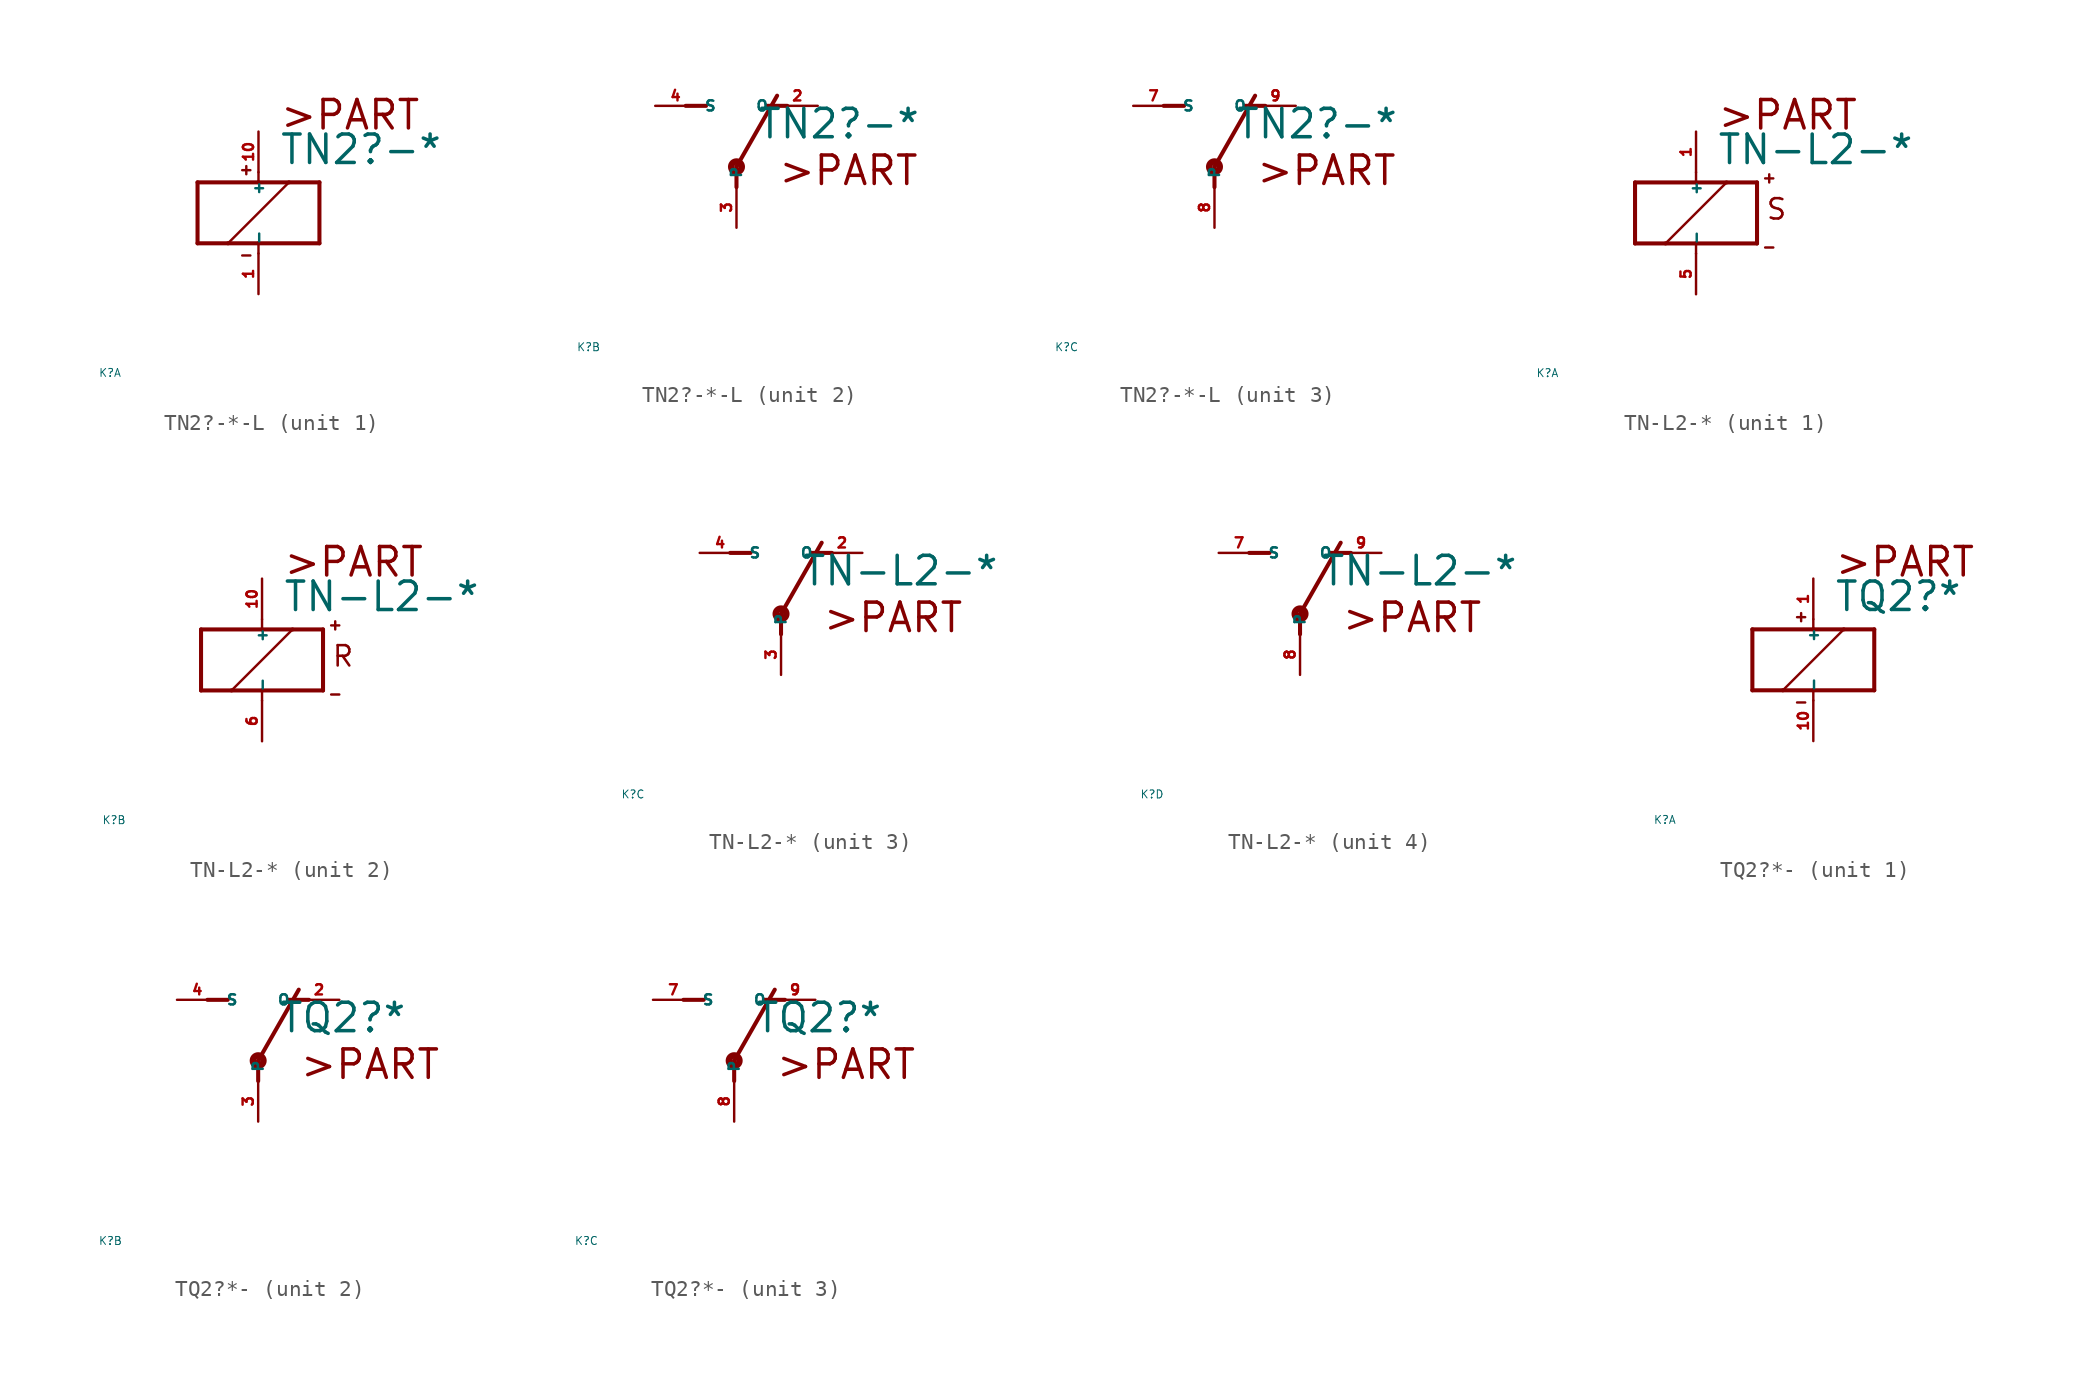
<source format=kicad_sym>
(kicad_symbol_lib
  (version 20220914)
  (generator Eagle2Kicad)
  (symbol "TN2?-*-L"
    (property "Reference" "K"
      (at -10 -10 0)
      (effects (font (size 0.5 0.5) (thickness 0.06)) (justify left)))
    (property "Value" "TN2?-*"
      (at 1.27 2.921 0)
      (effects (font (size 1.778 1.778) (thickness 0.22)) (justify left bottom)))
    (symbol "TN2?-*-L_1_0"
      (polyline (pts (xy -3.81 -1.905) (xy -1.905 -1.905)) (stroke (width 0.254) (type default)) (fill (type none)))
      (polyline (pts (xy 3.81 -1.905) (xy 3.81 1.905)) (stroke (width 0.254) (type default)) (fill (type none)))
      (polyline (pts (xy 3.81 1.905) (xy 1.905 1.905)) (stroke (width 0.254) (type default)) (fill (type none)))
      (polyline (pts (xy -3.81 1.905) (xy -3.81 -1.905)) (stroke (width 0.254) (type default)) (fill (type none)))
      (polyline (pts (xy 0 -2.54) (xy 0 -1.905)) (stroke (width 0.152) (type default)) (fill (type none)))
      (polyline (pts (xy 0 -1.905) (xy 3.81 -1.905)) (stroke (width 0.254) (type default)) (fill (type none)))
      (polyline (pts (xy 0 2.54) (xy 0 1.905)) (stroke (width 0.152) (type default)) (fill (type none)))
      (polyline (pts (xy 0 1.905) (xy -3.81 1.905)) (stroke (width 0.254) (type default)) (fill (type none)))
      (polyline (pts (xy -1.905 -1.905) (xy 1.905 1.905)) (stroke (width 0.152) (type default)) (fill (type none)))
      (polyline (pts (xy -1.905 -1.905) (xy 0 -1.905)) (stroke (width 0.254) (type default)) (fill (type none)))
      (polyline (pts (xy 1.905 1.905) (xy 0 1.905)) (stroke (width 0.254) (type default)) (fill (type none)))
      (polyline (pts (xy -1.016 2.667) (xy -0.508 2.667)) (stroke (width 0.152) (type default)) (fill (type none)))
      (polyline (pts (xy -0.762 2.921) (xy -0.762 2.413)) (stroke (width 0.152) (type default)) (fill (type none)))
      (polyline (pts (xy -1.016 -2.667) (xy -0.508 -2.667)) (stroke (width 0.152) (type default)) (fill (type none)))
      (text ">PART" (at 1.27 5.08 0) (effects (font (size 1.778 1.778) (thickness 0.22)) (justify left bottom)))
      (pin passive line (at 0 -5.08 90) (length 2.54) (name "-" (effects (font (size 0.635 0.635) (thickness 0.08)) (justify left bottom))) (number "1" (effects (font (size 0.635 0.635) (thickness 0.08)) (justify left bottom))))
      (pin passive line (at 0 5.08 270) (length 2.54) (name "+" (effects (font (size 0.635 0.635) (thickness 0.08)) (justify left bottom))) (number "10" (effects (font (size 0.635 0.635) (thickness 0.08)) (justify left bottom)))))
    (symbol "TN2?-*-L_2_0"
      (polyline (pts (xy 3.175 5.08) (xy 1.905 5.08)) (stroke (width 0.254) (type default)) (fill (type none)))
      (polyline (pts (xy -3.175 5.08) (xy -1.905 5.08)) (stroke (width 0.254) (type default)) (fill (type none)))
      (polyline (pts (xy 0 1.27) (xy 2.54 5.715)) (stroke (width 0.254) (type default)) (fill (type none)))
      (polyline (pts (xy 0 1.27) (xy 0 0)) (stroke (width 0.254) (type default)) (fill (type none)))
      (text ">PART" (at 2.54 0 0) (effects (font (size 1.778 1.778) (thickness 0.22)) (justify left bottom)))
      (circle (center 0 1.27) (radius 0.127) (stroke (width 0.406) (type default)) (fill (type none)))
      (pin passive line (at 5.08 5.08 180) (length 2.54) (name "O" (effects (font (size 0.635 0.635) (thickness 0.08)) (justify left bottom))) (number "2" (effects (font (size 0.635 0.635) (thickness 0.08)) (justify left bottom))))
      (pin passive line (at -5.08 5.08 0) (length 2.54) (name "S" (effects (font (size 0.635 0.635) (thickness 0.08)) (justify left bottom))) (number "4" (effects (font (size 0.635 0.635) (thickness 0.08)) (justify left bottom))))
      (pin passive line (at 0 -2.54 90) (length 2.54) (name "P" (effects (font (size 0.635 0.635) (thickness 0.08)) (justify left bottom))) (number "3" (effects (font (size 0.635 0.635) (thickness 0.08)) (justify left bottom)))))
    (symbol "TN2?-*-L_3_0"
      (polyline (pts (xy 3.175 5.08) (xy 1.905 5.08)) (stroke (width 0.254) (type default)) (fill (type none)))
      (polyline (pts (xy -3.175 5.08) (xy -1.905 5.08)) (stroke (width 0.254) (type default)) (fill (type none)))
      (polyline (pts (xy 0 1.27) (xy 2.54 5.715)) (stroke (width 0.254) (type default)) (fill (type none)))
      (polyline (pts (xy 0 1.27) (xy 0 0)) (stroke (width 0.254) (type default)) (fill (type none)))
      (text ">PART" (at 2.54 0 0) (effects (font (size 1.778 1.778) (thickness 0.22)) (justify left bottom)))
      (circle (center 0 1.27) (radius 0.127) (stroke (width 0.406) (type default)) (fill (type none)))
      (pin passive line (at 5.08 5.08 180) (length 2.54) (name "O" (effects (font (size 0.635 0.635) (thickness 0.08)) (justify left bottom))) (number "9" (effects (font (size 0.635 0.635) (thickness 0.08)) (justify left bottom))))
      (pin passive line (at -5.08 5.08 0) (length 2.54) (name "S" (effects (font (size 0.635 0.635) (thickness 0.08)) (justify left bottom))) (number "7" (effects (font (size 0.635 0.635) (thickness 0.08)) (justify left bottom))))
      (pin passive line (at 0 -2.54 90) (length 2.54) (name "P" (effects (font (size 0.635 0.635) (thickness 0.08)) (justify left bottom))) (number "8" (effects (font (size 0.635 0.635) (thickness 0.08)) (justify left bottom))))))
  (symbol "TN-L2-*"
    (property "Reference" "K"
      (at -10 -10 0)
      (effects (font (size 0.5 0.5) (thickness 0.06)) (justify left)))
    (property "Value" "TN-L2-*"
      (at 1.27 2.921 0)
      (effects (font (size 1.778 1.778) (thickness 0.22)) (justify left bottom)))
    (symbol "TN-L2-*_1_0"
      (polyline (pts (xy -3.81 -1.905) (xy -1.905 -1.905)) (stroke (width 0.254) (type default)) (fill (type none)))
      (polyline (pts (xy 3.81 -1.905) (xy 3.81 1.905)) (stroke (width 0.254) (type default)) (fill (type none)))
      (polyline (pts (xy 3.81 1.905) (xy 1.905 1.905)) (stroke (width 0.254) (type default)) (fill (type none)))
      (polyline (pts (xy -3.81 1.905) (xy -3.81 -1.905)) (stroke (width 0.254) (type default)) (fill (type none)))
      (polyline (pts (xy 0 -2.54) (xy 0 -1.905)) (stroke (width 0.152) (type default)) (fill (type none)))
      (polyline (pts (xy 0 -1.905) (xy 3.81 -1.905)) (stroke (width 0.254) (type default)) (fill (type none)))
      (polyline (pts (xy 0 2.54) (xy 0 1.905)) (stroke (width 0.152) (type default)) (fill (type none)))
      (polyline (pts (xy 0 1.905) (xy -3.81 1.905)) (stroke (width 0.254) (type default)) (fill (type none)))
      (polyline (pts (xy -1.905 -1.905) (xy 1.905 1.905)) (stroke (width 0.152) (type default)) (fill (type none)))
      (polyline (pts (xy -1.905 -1.905) (xy 0 -1.905)) (stroke (width 0.254) (type default)) (fill (type none)))
      (polyline (pts (xy 1.905 1.905) (xy 0 1.905)) (stroke (width 0.254) (type default)) (fill (type none)))
      (polyline (pts (xy 4.318 2.159) (xy 4.826 2.159)) (stroke (width 0.152) (type default)) (fill (type none)))
      (polyline (pts (xy 4.572 2.413) (xy 4.572 1.905)) (stroke (width 0.152) (type default)) (fill (type none)))
      (polyline (pts (xy 4.318 -2.159) (xy 4.826 -2.159)) (stroke (width 0.152) (type default)) (fill (type none)))
      (text ">PART" (at 1.27 5.08 0) (effects (font (size 1.778 1.778) (thickness 0.22)) (justify left bottom)))
      (text "S" (at 4.318 -0.508 0) (effects (font (size 1.27 1.27) (thickness 0.16)) (justify left bottom)))
      (pin passive line (at 0 -5.08 90) (length 2.54) (name "-" (effects (font (size 0.635 0.635) (thickness 0.08)) (justify left bottom))) (number "5" (effects (font (size 0.635 0.635) (thickness 0.08)) (justify left bottom))))
      (pin passive line (at 0 5.08 270) (length 2.54) (name "+" (effects (font (size 0.635 0.635) (thickness 0.08)) (justify left bottom))) (number "1" (effects (font (size 0.635 0.635) (thickness 0.08)) (justify left bottom)))))
    (symbol "TN-L2-*_2_0"
      (polyline (pts (xy -3.81 -1.905) (xy -1.905 -1.905)) (stroke (width 0.254) (type default)) (fill (type none)))
      (polyline (pts (xy 3.81 -1.905) (xy 3.81 1.905)) (stroke (width 0.254) (type default)) (fill (type none)))
      (polyline (pts (xy 3.81 1.905) (xy 1.905 1.905)) (stroke (width 0.254) (type default)) (fill (type none)))
      (polyline (pts (xy -3.81 1.905) (xy -3.81 -1.905)) (stroke (width 0.254) (type default)) (fill (type none)))
      (polyline (pts (xy 0 -2.54) (xy 0 -1.905)) (stroke (width 0.152) (type default)) (fill (type none)))
      (polyline (pts (xy 0 -1.905) (xy 3.81 -1.905)) (stroke (width 0.254) (type default)) (fill (type none)))
      (polyline (pts (xy 0 2.54) (xy 0 1.905)) (stroke (width 0.152) (type default)) (fill (type none)))
      (polyline (pts (xy 0 1.905) (xy -3.81 1.905)) (stroke (width 0.254) (type default)) (fill (type none)))
      (polyline (pts (xy -1.905 -1.905) (xy 1.905 1.905)) (stroke (width 0.152) (type default)) (fill (type none)))
      (polyline (pts (xy -1.905 -1.905) (xy 0 -1.905)) (stroke (width 0.254) (type default)) (fill (type none)))
      (polyline (pts (xy 1.905 1.905) (xy 0 1.905)) (stroke (width 0.254) (type default)) (fill (type none)))
      (polyline (pts (xy 4.318 2.159) (xy 4.826 2.159)) (stroke (width 0.152) (type default)) (fill (type none)))
      (polyline (pts (xy 4.572 2.413) (xy 4.572 1.905)) (stroke (width 0.152) (type default)) (fill (type none)))
      (polyline (pts (xy 4.318 -2.159) (xy 4.826 -2.159)) (stroke (width 0.152) (type default)) (fill (type none)))
      (text ">PART" (at 1.27 5.08 0) (effects (font (size 1.778 1.778) (thickness 0.22)) (justify left bottom)))
      (text "R" (at 4.318 -0.508 0) (effects (font (size 1.27 1.27) (thickness 0.16)) (justify left bottom)))
      (pin passive line (at 0 -5.08 90) (length 2.54) (name "-" (effects (font (size 0.635 0.635) (thickness 0.08)) (justify left bottom))) (number "6" (effects (font (size 0.635 0.635) (thickness 0.08)) (justify left bottom))))
      (pin passive line (at 0 5.08 270) (length 2.54) (name "+" (effects (font (size 0.635 0.635) (thickness 0.08)) (justify left bottom))) (number "10" (effects (font (size 0.635 0.635) (thickness 0.08)) (justify left bottom)))))
    (symbol "TN-L2-*_3_0"
      (polyline (pts (xy 3.175 5.08) (xy 1.905 5.08)) (stroke (width 0.254) (type default)) (fill (type none)))
      (polyline (pts (xy -3.175 5.08) (xy -1.905 5.08)) (stroke (width 0.254) (type default)) (fill (type none)))
      (polyline (pts (xy 0 1.27) (xy 2.54 5.715)) (stroke (width 0.254) (type default)) (fill (type none)))
      (polyline (pts (xy 0 1.27) (xy 0 0)) (stroke (width 0.254) (type default)) (fill (type none)))
      (text ">PART" (at 2.54 0 0) (effects (font (size 1.778 1.778) (thickness 0.22)) (justify left bottom)))
      (circle (center 0 1.27) (radius 0.127) (stroke (width 0.406) (type default)) (fill (type none)))
      (pin passive line (at 5.08 5.08 180) (length 2.54) (name "O" (effects (font (size 0.635 0.635) (thickness 0.08)) (justify left bottom))) (number "2" (effects (font (size 0.635 0.635) (thickness 0.08)) (justify left bottom))))
      (pin passive line (at -5.08 5.08 0) (length 2.54) (name "S" (effects (font (size 0.635 0.635) (thickness 0.08)) (justify left bottom))) (number "4" (effects (font (size 0.635 0.635) (thickness 0.08)) (justify left bottom))))
      (pin passive line (at 0 -2.54 90) (length 2.54) (name "P" (effects (font (size 0.635 0.635) (thickness 0.08)) (justify left bottom))) (number "3" (effects (font (size 0.635 0.635) (thickness 0.08)) (justify left bottom)))))
    (symbol "TN-L2-*_4_0"
      (polyline (pts (xy 3.175 5.08) (xy 1.905 5.08)) (stroke (width 0.254) (type default)) (fill (type none)))
      (polyline (pts (xy -3.175 5.08) (xy -1.905 5.08)) (stroke (width 0.254) (type default)) (fill (type none)))
      (polyline (pts (xy 0 1.27) (xy 2.54 5.715)) (stroke (width 0.254) (type default)) (fill (type none)))
      (polyline (pts (xy 0 1.27) (xy 0 0)) (stroke (width 0.254) (type default)) (fill (type none)))
      (text ">PART" (at 2.54 0 0) (effects (font (size 1.778 1.778) (thickness 0.22)) (justify left bottom)))
      (circle (center 0 1.27) (radius 0.127) (stroke (width 0.406) (type default)) (fill (type none)))
      (pin passive line (at 5.08 5.08 180) (length 2.54) (name "O" (effects (font (size 0.635 0.635) (thickness 0.08)) (justify left bottom))) (number "9" (effects (font (size 0.635 0.635) (thickness 0.08)) (justify left bottom))))
      (pin passive line (at -5.08 5.08 0) (length 2.54) (name "S" (effects (font (size 0.635 0.635) (thickness 0.08)) (justify left bottom))) (number "7" (effects (font (size 0.635 0.635) (thickness 0.08)) (justify left bottom))))
      (pin passive line (at 0 -2.54 90) (length 2.54) (name "P" (effects (font (size 0.635 0.635) (thickness 0.08)) (justify left bottom))) (number "8" (effects (font (size 0.635 0.635) (thickness 0.08)) (justify left bottom))))))
  (symbol "TQ2?*-"
    (property "Reference" "K"
      (at -10 -10 0)
      (effects (font (size 0.5 0.5) (thickness 0.06)) (justify left)))
    (property "Value" "TQ2?*"
      (at 1.27 2.921 0)
      (effects (font (size 1.778 1.778) (thickness 0.22)) (justify left bottom)))
    (symbol "TQ2?*-_1_0"
      (polyline (pts (xy -3.81 -1.905) (xy -1.905 -1.905)) (stroke (width 0.254) (type default)) (fill (type none)))
      (polyline (pts (xy 3.81 -1.905) (xy 3.81 1.905)) (stroke (width 0.254) (type default)) (fill (type none)))
      (polyline (pts (xy 3.81 1.905) (xy 1.905 1.905)) (stroke (width 0.254) (type default)) (fill (type none)))
      (polyline (pts (xy -3.81 1.905) (xy -3.81 -1.905)) (stroke (width 0.254) (type default)) (fill (type none)))
      (polyline (pts (xy 0 -2.54) (xy 0 -1.905)) (stroke (width 0.152) (type default)) (fill (type none)))
      (polyline (pts (xy 0 -1.905) (xy 3.81 -1.905)) (stroke (width 0.254) (type default)) (fill (type none)))
      (polyline (pts (xy 0 2.54) (xy 0 1.905)) (stroke (width 0.152) (type default)) (fill (type none)))
      (polyline (pts (xy 0 1.905) (xy -3.81 1.905)) (stroke (width 0.254) (type default)) (fill (type none)))
      (polyline (pts (xy -1.905 -1.905) (xy 1.905 1.905)) (stroke (width 0.152) (type default)) (fill (type none)))
      (polyline (pts (xy -1.905 -1.905) (xy 0 -1.905)) (stroke (width 0.254) (type default)) (fill (type none)))
      (polyline (pts (xy 1.905 1.905) (xy 0 1.905)) (stroke (width 0.254) (type default)) (fill (type none)))
      (polyline (pts (xy -1.016 2.667) (xy -0.508 2.667)) (stroke (width 0.152) (type default)) (fill (type none)))
      (polyline (pts (xy -0.762 2.921) (xy -0.762 2.413)) (stroke (width 0.152) (type default)) (fill (type none)))
      (polyline (pts (xy -1.016 -2.667) (xy -0.508 -2.667)) (stroke (width 0.152) (type default)) (fill (type none)))
      (text ">PART" (at 1.27 5.08 0) (effects (font (size 1.778 1.778) (thickness 0.22)) (justify left bottom)))
      (pin passive line (at 0 -5.08 90) (length 2.54) (name "-" (effects (font (size 0.635 0.635) (thickness 0.08)) (justify left bottom))) (number "10" (effects (font (size 0.635 0.635) (thickness 0.08)) (justify left bottom))))
      (pin passive line (at 0 5.08 270) (length 2.54) (name "+" (effects (font (size 0.635 0.635) (thickness 0.08)) (justify left bottom))) (number "1" (effects (font (size 0.635 0.635) (thickness 0.08)) (justify left bottom)))))
    (symbol "TQ2?*-_2_0"
      (polyline (pts (xy 3.175 5.08) (xy 1.905 5.08)) (stroke (width 0.254) (type default)) (fill (type none)))
      (polyline (pts (xy -3.175 5.08) (xy -1.905 5.08)) (stroke (width 0.254) (type default)) (fill (type none)))
      (polyline (pts (xy 0 1.27) (xy 2.54 5.715)) (stroke (width 0.254) (type default)) (fill (type none)))
      (polyline (pts (xy 0 1.27) (xy 0 0)) (stroke (width 0.254) (type default)) (fill (type none)))
      (text ">PART" (at 2.54 0 0) (effects (font (size 1.778 1.778) (thickness 0.22)) (justify left bottom)))
      (circle (center 0 1.27) (radius 0.127) (stroke (width 0.406) (type default)) (fill (type none)))
      (pin passive line (at 5.08 5.08 180) (length 2.54) (name "O" (effects (font (size 0.635 0.635) (thickness 0.08)) (justify left bottom))) (number "2" (effects (font (size 0.635 0.635) (thickness 0.08)) (justify left bottom))))
      (pin passive line (at -5.08 5.08 0) (length 2.54) (name "S" (effects (font (size 0.635 0.635) (thickness 0.08)) (justify left bottom))) (number "4" (effects (font (size 0.635 0.635) (thickness 0.08)) (justify left bottom))))
      (pin passive line (at 0 -2.54 90) (length 2.54) (name "P" (effects (font (size 0.635 0.635) (thickness 0.08)) (justify left bottom))) (number "3" (effects (font (size 0.635 0.635) (thickness 0.08)) (justify left bottom)))))
    (symbol "TQ2?*-_3_0"
      (polyline (pts (xy 3.175 5.08) (xy 1.905 5.08)) (stroke (width 0.254) (type default)) (fill (type none)))
      (polyline (pts (xy -3.175 5.08) (xy -1.905 5.08)) (stroke (width 0.254) (type default)) (fill (type none)))
      (polyline (pts (xy 0 1.27) (xy 2.54 5.715)) (stroke (width 0.254) (type default)) (fill (type none)))
      (polyline (pts (xy 0 1.27) (xy 0 0)) (stroke (width 0.254) (type default)) (fill (type none)))
      (text ">PART" (at 2.54 0 0) (effects (font (size 1.778 1.778) (thickness 0.22)) (justify left bottom)))
      (circle (center 0 1.27) (radius 0.127) (stroke (width 0.406) (type default)) (fill (type none)))
      (pin passive line (at 5.08 5.08 180) (length 2.54) (name "O" (effects (font (size 0.635 0.635) (thickness 0.08)) (justify left bottom))) (number "9" (effects (font (size 0.635 0.635) (thickness 0.08)) (justify left bottom))))
      (pin passive line (at -5.08 5.08 0) (length 2.54) (name "S" (effects (font (size 0.635 0.635) (thickness 0.08)) (justify left bottom))) (number "7" (effects (font (size 0.635 0.635) (thickness 0.08)) (justify left bottom))))
      (pin passive line (at 0 -2.54 90) (length 2.54) (name "P" (effects (font (size 0.635 0.635) (thickness 0.08)) (justify left bottom))) (number "8" (effects (font (size 0.635 0.635) (thickness 0.08)) (justify left bottom)))))))
</source>
